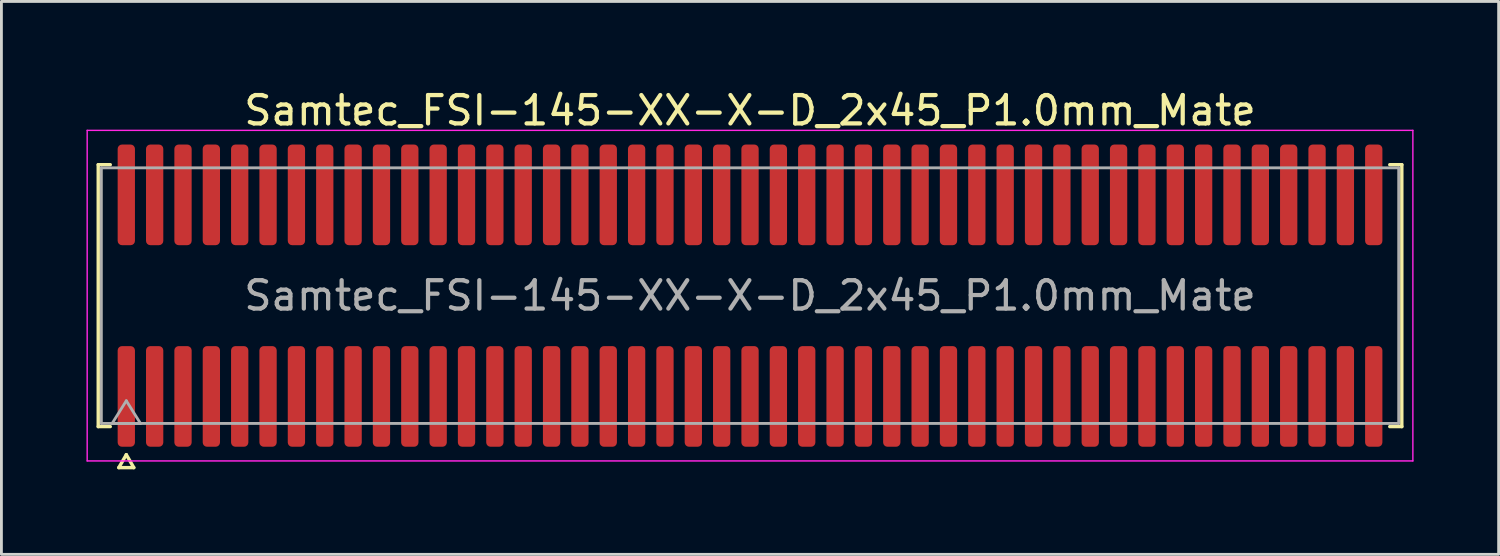
<source format=kicad_pcb>
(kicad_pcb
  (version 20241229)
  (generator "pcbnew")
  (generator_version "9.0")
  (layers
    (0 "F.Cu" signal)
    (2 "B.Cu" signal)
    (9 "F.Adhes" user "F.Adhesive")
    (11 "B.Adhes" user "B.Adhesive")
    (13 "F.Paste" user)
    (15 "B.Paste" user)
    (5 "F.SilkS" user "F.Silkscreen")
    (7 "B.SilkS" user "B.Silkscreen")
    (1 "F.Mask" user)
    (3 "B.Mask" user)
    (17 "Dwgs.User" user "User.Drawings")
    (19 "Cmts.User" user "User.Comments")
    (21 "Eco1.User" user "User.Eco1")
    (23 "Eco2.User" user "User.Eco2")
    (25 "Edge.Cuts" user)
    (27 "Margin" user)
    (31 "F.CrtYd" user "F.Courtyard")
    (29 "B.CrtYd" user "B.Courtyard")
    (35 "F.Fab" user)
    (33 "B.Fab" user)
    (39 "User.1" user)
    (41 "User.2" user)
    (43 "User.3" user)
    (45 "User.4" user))
  (footprint "Samtec_FSI-145-XX-X-D_2x45_P1.0mm_Mate"
    (layer "F.Cu")
    (at 23.405 7.378)
    (property "Reference" "Samtec_FSI-145-XX-X-D_2x45_P1.0mm_Mate" (at 0 -6.53 0) (layer "F.SilkS") (effects (font (size 1 1) (thickness 0.15))))
    (attr smd exclude_from_pos_files exclude_from_bom)
    (fp_line (start -22.99 -4.619) (end -22.565 -4.619) (stroke (width 0.12) (type solid)) (layer "F.SilkS"))
    (fp_line (start -22.99 4.619) (end -22.99 -4.619) (stroke (width 0.12) (type solid)) (layer "F.SilkS"))
    (fp_line (start -22.565 4.619) (end -22.99 4.619) (stroke (width 0.12) (type solid)) (layer "F.SilkS"))
    (fp_line (start -22.264 6.066) (end -22 5.609) (stroke (width 0.12) (type solid)) (layer "F.SilkS"))
    (fp_line (start -22 5.609) (end -21.736 6.066) (stroke (width 0.12) (type solid)) (layer "F.SilkS"))
    (fp_line (start -21.736 6.066) (end -22.264 6.066) (stroke (width 0.12) (type solid)) (layer "F.SilkS"))
    (fp_line (start 22.565 -4.619) (end 22.99 -4.619) (stroke (width 0.12) (type solid)) (layer "F.SilkS"))
    (fp_line (start 22.99 -4.619) (end 22.99 4.619) (stroke (width 0.12) (type solid)) (layer "F.SilkS"))
    (fp_line (start 22.99 4.619) (end 22.565 4.619) (stroke (width 0.12) (type solid)) (layer "F.SilkS"))
    (fp_line (start -23.38 -5.83) (end -23.38 5.83) (stroke (width 0.05) (type solid)) (layer "F.CrtYd"))
    (fp_line (start -23.38 5.83) (end 23.38 5.83) (stroke (width 0.05) (type solid)) (layer "F.CrtYd"))
    (fp_line (start 23.38 -5.83) (end -23.38 -5.83) (stroke (width 0.05) (type solid)) (layer "F.CrtYd"))
    (fp_line (start 23.38 5.83) (end 23.38 -5.83) (stroke (width 0.05) (type solid)) (layer "F.CrtYd"))
    (fp_line (start -22.88 -4.508) (end 22.88 -4.508) (stroke (width 0.1) (type solid)) (layer "F.Fab"))
    (fp_line (start -22.88 4.508) (end -22.88 -4.508) (stroke (width 0.1) (type solid)) (layer "F.Fab"))
    (fp_line (start -22.5 4.508) (end -22 3.708) (stroke (width 0.1) (type solid)) (layer "F.Fab"))
    (fp_line (start -22 3.708) (end -21.5 4.508) (stroke (width 0.1) (type solid)) (layer "F.Fab"))
    (fp_line (start -21.5 4.508) (end -22.5 4.508) (stroke (width 0.1) (type solid)) (layer "F.Fab"))
    (fp_line (start 22.88 -4.508) (end 22.88 4.508) (stroke (width 0.1) (type solid)) (layer "F.Fab"))
    (fp_line (start 22.88 4.508) (end -22.88 4.508) (stroke (width 0.1) (type solid)) (layer "F.Fab"))
    (fp_text user "${REFERENCE}" (at 0 0 0) (layer "F.Fab") (effects (font (size 1 1) (thickness 0.15))))
    (pad "1" smd roundrect (at -22 3.555) (size 0.61 3.55) (layers "F.Cu" "F.Mask") (roundrect_rratio 0.25))
    (pad "2" smd roundrect (at -22 -3.555) (size 0.61 3.55) (layers "F.Cu" "F.Mask") (roundrect_rratio 0.25))
    (pad "3" smd roundrect (at -21 3.555) (size 0.61 3.55) (layers "F.Cu" "F.Mask") (roundrect_rratio 0.25))
    (pad "4" smd roundrect (at -21 -3.555) (size 0.61 3.55) (layers "F.Cu" "F.Mask") (roundrect_rratio 0.25))
    (pad "5" smd roundrect (at -20 3.555) (size 0.61 3.55) (layers "F.Cu" "F.Mask") (roundrect_rratio 0.25))
    (pad "6" smd roundrect (at -20 -3.555) (size 0.61 3.55) (layers "F.Cu" "F.Mask") (roundrect_rratio 0.25))
    (pad "7" smd roundrect (at -19 3.555) (size 0.61 3.55) (layers "F.Cu" "F.Mask") (roundrect_rratio 0.25))
    (pad "8" smd roundrect (at -19 -3.555) (size 0.61 3.55) (layers "F.Cu" "F.Mask") (roundrect_rratio 0.25))
    (pad "9" smd roundrect (at -18 3.555) (size 0.61 3.55) (layers "F.Cu" "F.Mask") (roundrect_rratio 0.25))
    (pad "10" smd roundrect (at -18 -3.555) (size 0.61 3.55) (layers "F.Cu" "F.Mask") (roundrect_rratio 0.25))
    (pad "11" smd roundrect (at -17 3.555) (size 0.61 3.55) (layers "F.Cu" "F.Mask") (roundrect_rratio 0.25))
    (pad "12" smd roundrect (at -17 -3.555) (size 0.61 3.55) (layers "F.Cu" "F.Mask") (roundrect_rratio 0.25))
    (pad "13" smd roundrect (at -16 3.555) (size 0.61 3.55) (layers "F.Cu" "F.Mask") (roundrect_rratio 0.25))
    (pad "14" smd roundrect (at -16 -3.555) (size 0.61 3.55) (layers "F.Cu" "F.Mask") (roundrect_rratio 0.25))
    (pad "15" smd roundrect (at -15 3.555) (size 0.61 3.55) (layers "F.Cu" "F.Mask") (roundrect_rratio 0.25))
    (pad "16" smd roundrect (at -15 -3.555) (size 0.61 3.55) (layers "F.Cu" "F.Mask") (roundrect_rratio 0.25))
    (pad "17" smd roundrect (at -14 3.555) (size 0.61 3.55) (layers "F.Cu" "F.Mask") (roundrect_rratio 0.25))
    (pad "18" smd roundrect (at -14 -3.555) (size 0.61 3.55) (layers "F.Cu" "F.Mask") (roundrect_rratio 0.25))
    (pad "19" smd roundrect (at -13 3.555) (size 0.61 3.55) (layers "F.Cu" "F.Mask") (roundrect_rratio 0.25))
    (pad "20" smd roundrect (at -13 -3.555) (size 0.61 3.55) (layers "F.Cu" "F.Mask") (roundrect_rratio 0.25))
    (pad "21" smd roundrect (at -12 3.555) (size 0.61 3.55) (layers "F.Cu" "F.Mask") (roundrect_rratio 0.25))
    (pad "22" smd roundrect (at -12 -3.555) (size 0.61 3.55) (layers "F.Cu" "F.Mask") (roundrect_rratio 0.25))
    (pad "23" smd roundrect (at -11 3.555) (size 0.61 3.55) (layers "F.Cu" "F.Mask") (roundrect_rratio 0.25))
    (pad "24" smd roundrect (at -11 -3.555) (size 0.61 3.55) (layers "F.Cu" "F.Mask") (roundrect_rratio 0.25))
    (pad "25" smd roundrect (at -10 3.555) (size 0.61 3.55) (layers "F.Cu" "F.Mask") (roundrect_rratio 0.25))
    (pad "26" smd roundrect (at -10 -3.555) (size 0.61 3.55) (layers "F.Cu" "F.Mask") (roundrect_rratio 0.25))
    (pad "27" smd roundrect (at -9 3.555) (size 0.61 3.55) (layers "F.Cu" "F.Mask") (roundrect_rratio 0.25))
    (pad "28" smd roundrect (at -9 -3.555) (size 0.61 3.55) (layers "F.Cu" "F.Mask") (roundrect_rratio 0.25))
    (pad "29" smd roundrect (at -8 3.555) (size 0.61 3.55) (layers "F.Cu" "F.Mask") (roundrect_rratio 0.25))
    (pad "30" smd roundrect (at -8 -3.555) (size 0.61 3.55) (layers "F.Cu" "F.Mask") (roundrect_rratio 0.25))
    (pad "31" smd roundrect (at -7 3.555) (size 0.61 3.55) (layers "F.Cu" "F.Mask") (roundrect_rratio 0.25))
    (pad "32" smd roundrect (at -7 -3.555) (size 0.61 3.55) (layers "F.Cu" "F.Mask") (roundrect_rratio 0.25))
    (pad "33" smd roundrect (at -6 3.555) (size 0.61 3.55) (layers "F.Cu" "F.Mask") (roundrect_rratio 0.25))
    (pad "34" smd roundrect (at -6 -3.555) (size 0.61 3.55) (layers "F.Cu" "F.Mask") (roundrect_rratio 0.25))
    (pad "35" smd roundrect (at -5 3.555) (size 0.61 3.55) (layers "F.Cu" "F.Mask") (roundrect_rratio 0.25))
    (pad "36" smd roundrect (at -5 -3.555) (size 0.61 3.55) (layers "F.Cu" "F.Mask") (roundrect_rratio 0.25))
    (pad "37" smd roundrect (at -4 3.555) (size 0.61 3.55) (layers "F.Cu" "F.Mask") (roundrect_rratio 0.25))
    (pad "38" smd roundrect (at -4 -3.555) (size 0.61 3.55) (layers "F.Cu" "F.Mask") (roundrect_rratio 0.25))
    (pad "39" smd roundrect (at -3 3.555) (size 0.61 3.55) (layers "F.Cu" "F.Mask") (roundrect_rratio 0.25))
    (pad "40" smd roundrect (at -3 -3.555) (size 0.61 3.55) (layers "F.Cu" "F.Mask") (roundrect_rratio 0.25))
    (pad "41" smd roundrect (at -2 3.555) (size 0.61 3.55) (layers "F.Cu" "F.Mask") (roundrect_rratio 0.25))
    (pad "42" smd roundrect (at -2 -3.555) (size 0.61 3.55) (layers "F.Cu" "F.Mask") (roundrect_rratio 0.25))
    (pad "43" smd roundrect (at -1 3.555) (size 0.61 3.55) (layers "F.Cu" "F.Mask") (roundrect_rratio 0.25))
    (pad "44" smd roundrect (at -1 -3.555) (size 0.61 3.55) (layers "F.Cu" "F.Mask") (roundrect_rratio 0.25))
    (pad "45" smd roundrect (at 0 3.555) (size 0.61 3.55) (layers "F.Cu" "F.Mask") (roundrect_rratio 0.25))
    (pad "46" smd roundrect (at 0 -3.555) (size 0.61 3.55) (layers "F.Cu" "F.Mask") (roundrect_rratio 0.25))
    (pad "47" smd roundrect (at 1 3.555) (size 0.61 3.55) (layers "F.Cu" "F.Mask") (roundrect_rratio 0.25))
    (pad "48" smd roundrect (at 1 -3.555) (size 0.61 3.55) (layers "F.Cu" "F.Mask") (roundrect_rratio 0.25))
    (pad "49" smd roundrect (at 2 3.555) (size 0.61 3.55) (layers "F.Cu" "F.Mask") (roundrect_rratio 0.25))
    (pad "50" smd roundrect (at 2 -3.555) (size 0.61 3.55) (layers "F.Cu" "F.Mask") (roundrect_rratio 0.25))
    (pad "51" smd roundrect (at 3 3.555) (size 0.61 3.55) (layers "F.Cu" "F.Mask") (roundrect_rratio 0.25))
    (pad "52" smd roundrect (at 3 -3.555) (size 0.61 3.55) (layers "F.Cu" "F.Mask") (roundrect_rratio 0.25))
    (pad "53" smd roundrect (at 4 3.555) (size 0.61 3.55) (layers "F.Cu" "F.Mask") (roundrect_rratio 0.25))
    (pad "54" smd roundrect (at 4 -3.555) (size 0.61 3.55) (layers "F.Cu" "F.Mask") (roundrect_rratio 0.25))
    (pad "55" smd roundrect (at 5 3.555) (size 0.61 3.55) (layers "F.Cu" "F.Mask") (roundrect_rratio 0.25))
    (pad "56" smd roundrect (at 5 -3.555) (size 0.61 3.55) (layers "F.Cu" "F.Mask") (roundrect_rratio 0.25))
    (pad "57" smd roundrect (at 6 3.555) (size 0.61 3.55) (layers "F.Cu" "F.Mask") (roundrect_rratio 0.25))
    (pad "58" smd roundrect (at 6 -3.555) (size 0.61 3.55) (layers "F.Cu" "F.Mask") (roundrect_rratio 0.25))
    (pad "59" smd roundrect (at 7 3.555) (size 0.61 3.55) (layers "F.Cu" "F.Mask") (roundrect_rratio 0.25))
    (pad "60" smd roundrect (at 7 -3.555) (size 0.61 3.55) (layers "F.Cu" "F.Mask") (roundrect_rratio 0.25))
    (pad "61" smd roundrect (at 8 3.555) (size 0.61 3.55) (layers "F.Cu" "F.Mask") (roundrect_rratio 0.25))
    (pad "62" smd roundrect (at 8 -3.555) (size 0.61 3.55) (layers "F.Cu" "F.Mask") (roundrect_rratio 0.25))
    (pad "63" smd roundrect (at 9 3.555) (size 0.61 3.55) (layers "F.Cu" "F.Mask") (roundrect_rratio 0.25))
    (pad "64" smd roundrect (at 9 -3.555) (size 0.61 3.55) (layers "F.Cu" "F.Mask") (roundrect_rratio 0.25))
    (pad "65" smd roundrect (at 10 3.555) (size 0.61 3.55) (layers "F.Cu" "F.Mask") (roundrect_rratio 0.25))
    (pad "66" smd roundrect (at 10 -3.555) (size 0.61 3.55) (layers "F.Cu" "F.Mask") (roundrect_rratio 0.25))
    (pad "67" smd roundrect (at 11 3.555) (size 0.61 3.55) (layers "F.Cu" "F.Mask") (roundrect_rratio 0.25))
    (pad "68" smd roundrect (at 11 -3.555) (size 0.61 3.55) (layers "F.Cu" "F.Mask") (roundrect_rratio 0.25))
    (pad "69" smd roundrect (at 12 3.555) (size 0.61 3.55) (layers "F.Cu" "F.Mask") (roundrect_rratio 0.25))
    (pad "70" smd roundrect (at 12 -3.555) (size 0.61 3.55) (layers "F.Cu" "F.Mask") (roundrect_rratio 0.25))
    (pad "71" smd roundrect (at 13 3.555) (size 0.61 3.55) (layers "F.Cu" "F.Mask") (roundrect_rratio 0.25))
    (pad "72" smd roundrect (at 13 -3.555) (size 0.61 3.55) (layers "F.Cu" "F.Mask") (roundrect_rratio 0.25))
    (pad "73" smd roundrect (at 14 3.555) (size 0.61 3.55) (layers "F.Cu" "F.Mask") (roundrect_rratio 0.25))
    (pad "74" smd roundrect (at 14 -3.555) (size 0.61 3.55) (layers "F.Cu" "F.Mask") (roundrect_rratio 0.25))
    (pad "75" smd roundrect (at 15 3.555) (size 0.61 3.55) (layers "F.Cu" "F.Mask") (roundrect_rratio 0.25))
    (pad "76" smd roundrect (at 15 -3.555) (size 0.61 3.55) (layers "F.Cu" "F.Mask") (roundrect_rratio 0.25))
    (pad "77" smd roundrect (at 16 3.555) (size 0.61 3.55) (layers "F.Cu" "F.Mask") (roundrect_rratio 0.25))
    (pad "78" smd roundrect (at 16 -3.555) (size 0.61 3.55) (layers "F.Cu" "F.Mask") (roundrect_rratio 0.25))
    (pad "79" smd roundrect (at 17 3.555) (size 0.61 3.55) (layers "F.Cu" "F.Mask") (roundrect_rratio 0.25))
    (pad "80" smd roundrect (at 17 -3.555) (size 0.61 3.55) (layers "F.Cu" "F.Mask") (roundrect_rratio 0.25))
    (pad "81" smd roundrect (at 18 3.555) (size 0.61 3.55) (layers "F.Cu" "F.Mask") (roundrect_rratio 0.25))
    (pad "82" smd roundrect (at 18 -3.555) (size 0.61 3.55) (layers "F.Cu" "F.Mask") (roundrect_rratio 0.25))
    (pad "83" smd roundrect (at 19 3.555) (size 0.61 3.55) (layers "F.Cu" "F.Mask") (roundrect_rratio 0.25))
    (pad "84" smd roundrect (at 19 -3.555) (size 0.61 3.55) (layers "F.Cu" "F.Mask") (roundrect_rratio 0.25))
    (pad "85" smd roundrect (at 20 3.555) (size 0.61 3.55) (layers "F.Cu" "F.Mask") (roundrect_rratio 0.25))
    (pad "86" smd roundrect (at 20 -3.555) (size 0.61 3.55) (layers "F.Cu" "F.Mask") (roundrect_rratio 0.25))
    (pad "87" smd roundrect (at 21 3.555) (size 0.61 3.55) (layers "F.Cu" "F.Mask") (roundrect_rratio 0.25))
    (pad "88" smd roundrect (at 21 -3.555) (size 0.61 3.55) (layers "F.Cu" "F.Mask") (roundrect_rratio 0.25))
    (pad "89" smd roundrect (at 22 3.555) (size 0.61 3.55) (layers "F.Cu" "F.Mask") (roundrect_rratio 0.25))
    (pad "90" smd roundrect (at 22 -3.555) (size 0.61 3.55) (layers "F.Cu" "F.Mask") (roundrect_rratio 0.25)))
  (gr_rect
    (start -3 -3)
    (end 49.81 16.504)
    (stroke (width 0.1) (type default))
    (fill no)
    (layer "Edge.Cuts")))
</source>
